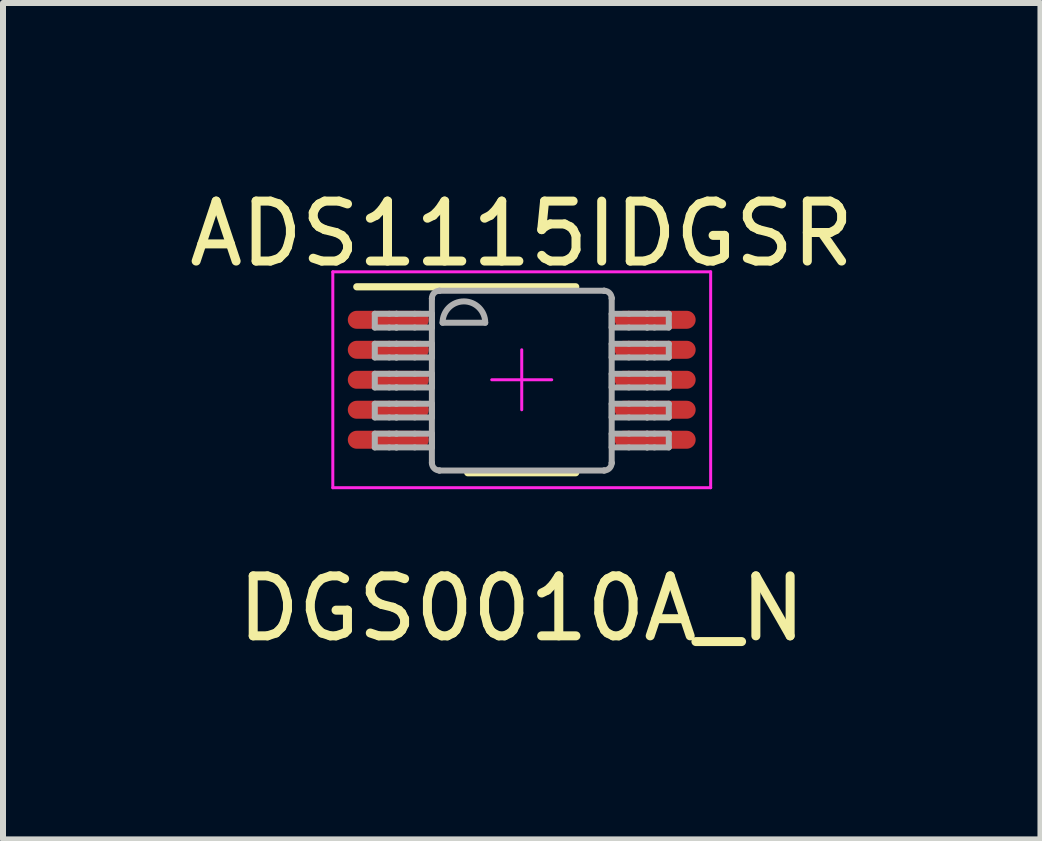
<source format=kicad_pcb>
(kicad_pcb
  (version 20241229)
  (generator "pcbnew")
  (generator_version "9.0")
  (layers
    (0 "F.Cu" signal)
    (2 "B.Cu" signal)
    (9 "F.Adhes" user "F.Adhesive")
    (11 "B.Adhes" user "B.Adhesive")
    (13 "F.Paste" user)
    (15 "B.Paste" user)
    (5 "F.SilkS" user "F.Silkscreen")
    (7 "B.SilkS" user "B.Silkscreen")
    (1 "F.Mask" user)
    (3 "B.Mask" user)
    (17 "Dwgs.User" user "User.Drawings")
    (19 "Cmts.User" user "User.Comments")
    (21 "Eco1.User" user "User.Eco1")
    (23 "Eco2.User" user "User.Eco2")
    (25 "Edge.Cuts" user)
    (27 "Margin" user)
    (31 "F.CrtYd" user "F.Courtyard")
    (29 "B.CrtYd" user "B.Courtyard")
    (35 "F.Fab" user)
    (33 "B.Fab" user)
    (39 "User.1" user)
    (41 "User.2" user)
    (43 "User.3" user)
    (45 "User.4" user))
  (footprint "ADS1115IDGSR"
    (layer "F.Cu")
    (at 5.649 3.282)
    (property "Reference" "ADS1115IDGSR" (at 0 -2.434 0) (layer "F.SilkS") (effects (font (size 1 1) (thickness 0.15))))
    (attr smd)
    (fp_line (start -2.75 -1.55) (end 0.9 -1.55) (stroke (width 0.12) (type solid)) (layer "F.SilkS"))
    (fp_line (start -0.9 1.55) (end 0.9 1.55) (stroke (width 0.12) (type solid)) (layer "F.SilkS"))
    (fp_line (start -3.15 -1.8) (end 3.15 -1.8) (stroke (width 0.05) (type solid)) (layer "F.CrtYd"))
    (fp_line (start -3.15 1.8) (end -3.15 -1.8) (stroke (width 0.05) (type solid)) (layer "F.CrtYd"))
    (fp_line (start -3.15 1.8) (end 3.15 1.8) (stroke (width 0.05) (type solid)) (layer "F.CrtYd"))
    (fp_line (start -0.5 0) (end 0.5 0) (stroke (width 0.05) (type solid)) (layer "F.CrtYd"))
    (fp_line (start -0.000003 0.5) (end -0.000003 -0.5) (stroke (width 0.05) (type solid)) (layer "F.CrtYd"))
    (fp_line (start 3.15 1.8) (end 3.15 -1.8) (stroke (width 0.05) (type solid)) (layer "F.CrtYd"))
    (fp_line (start -2.45 -1.1) (end -2.21 -1.1) (stroke (width 0.1) (type solid)) (layer "F.Fab"))
    (fp_line (start -2.45 -0.871) (end -2.45 -1.1) (stroke (width 0.1) (type solid)) (layer "F.Fab"))
    (fp_line (start -2.45 -0.871) (end -2.21 -0.871) (stroke (width 0.1) (type solid)) (layer "F.Fab"))
    (fp_line (start -2.45 -0.6) (end -2.21 -0.6) (stroke (width 0.1) (type solid)) (layer "F.Fab"))
    (fp_line (start -2.45 -0.372) (end -2.45 -0.6) (stroke (width 0.1) (type solid)) (layer "F.Fab"))
    (fp_line (start -2.45 -0.372) (end -2.21 -0.372) (stroke (width 0.1) (type solid)) (layer "F.Fab"))
    (fp_line (start -2.45 -0.1) (end -2.21 -0.1) (stroke (width 0.1) (type solid)) (layer "F.Fab"))
    (fp_line (start -2.45 0.128) (end -2.45 -0.1) (stroke (width 0.1) (type solid)) (layer "F.Fab"))
    (fp_line (start -2.45 0.128) (end -2.21 0.128) (stroke (width 0.1) (type solid)) (layer "F.Fab"))
    (fp_line (start -2.45 0.4) (end -2.21 0.4) (stroke (width 0.1) (type solid)) (layer "F.Fab"))
    (fp_line (start -2.45 0.628) (end -2.45 0.4) (stroke (width 0.1) (type solid)) (layer "F.Fab"))
    (fp_line (start -2.45 0.628) (end -2.21 0.628) (stroke (width 0.1) (type solid)) (layer "F.Fab"))
    (fp_line (start -2.45 0.899) (end -2.21 0.899) (stroke (width 0.1) (type solid)) (layer "F.Fab"))
    (fp_line (start -2.45 1.128) (end -2.45 0.899) (stroke (width 0.1) (type solid)) (layer "F.Fab"))
    (fp_line (start -2.45 1.128) (end -2.21 1.128) (stroke (width 0.1) (type solid)) (layer "F.Fab"))
    (fp_line (start -2.21 -1.1) (end -2.09 -1.1) (stroke (width 0.1) (type solid)) (layer "F.Fab"))
    (fp_line (start -2.21 -0.871) (end -2.09 -0.871) (stroke (width 0.1) (type solid)) (layer "F.Fab"))
    (fp_line (start -2.21 -0.6) (end -2.09 -0.6) (stroke (width 0.1) (type solid)) (layer "F.Fab"))
    (fp_line (start -2.21 -0.372) (end -2.09 -0.372) (stroke (width 0.1) (type solid)) (layer "F.Fab"))
    (fp_line (start -2.21 -0.1) (end -2.09 -0.1) (stroke (width 0.1) (type solid)) (layer "F.Fab"))
    (fp_line (start -2.21 0.128) (end -2.09 0.128) (stroke (width 0.1) (type solid)) (layer "F.Fab"))
    (fp_line (start -2.21 0.4) (end -2.09 0.4) (stroke (width 0.1) (type solid)) (layer "F.Fab"))
    (fp_line (start -2.21 0.628) (end -2.09 0.628) (stroke (width 0.1) (type solid)) (layer "F.Fab"))
    (fp_line (start -2.21 0.899) (end -2.09 0.899) (stroke (width 0.1) (type solid)) (layer "F.Fab"))
    (fp_line (start -2.21 1.128) (end -2.09 1.128) (stroke (width 0.1) (type solid)) (layer "F.Fab"))
    (fp_line (start -2.09 -1.1) (end -2.087 -1.1) (stroke (width 0.1) (type solid)) (layer "F.Fab"))
    (fp_line (start -2.09 -0.871) (end -2.087 -0.871) (stroke (width 0.1) (type solid)) (layer "F.Fab"))
    (fp_line (start -2.09 -0.6) (end -2.087 -0.6) (stroke (width 0.1) (type solid)) (layer "F.Fab"))
    (fp_line (start -2.09 -0.372) (end -2.087 -0.372) (stroke (width 0.1) (type solid)) (layer "F.Fab"))
    (fp_line (start -2.09 -0.1) (end -2.087 -0.1) (stroke (width 0.1) (type solid)) (layer "F.Fab"))
    (fp_line (start -2.09 0.128) (end -2.087 0.128) (stroke (width 0.1) (type solid)) (layer "F.Fab"))
    (fp_line (start -2.09 0.4) (end -2.087 0.4) (stroke (width 0.1) (type solid)) (layer "F.Fab"))
    (fp_line (start -2.09 0.628) (end -2.087 0.628) (stroke (width 0.1) (type solid)) (layer "F.Fab"))
    (fp_line (start -2.09 0.899) (end -2.087 0.899) (stroke (width 0.1) (type solid)) (layer "F.Fab"))
    (fp_line (start -2.09 1.128) (end -2.087 1.128) (stroke (width 0.1) (type solid)) (layer "F.Fab"))
    (fp_line (start -2.087 -1.1) (end -1.784 -1.1) (stroke (width 0.1) (type solid)) (layer "F.Fab"))
    (fp_line (start -2.087 -0.871) (end -1.784 -0.871) (stroke (width 0.1) (type solid)) (layer "F.Fab"))
    (fp_line (start -2.087 -0.6) (end -1.784 -0.6) (stroke (width 0.1) (type solid)) (layer "F.Fab"))
    (fp_line (start -2.087 -0.372) (end -1.784 -0.372) (stroke (width 0.1) (type solid)) (layer "F.Fab"))
    (fp_line (start -2.087 -0.1) (end -1.784 -0.1) (stroke (width 0.1) (type solid)) (layer "F.Fab"))
    (fp_line (start -2.087 0.128) (end -1.784 0.128) (stroke (width 0.1) (type solid)) (layer "F.Fab"))
    (fp_line (start -2.087 0.4) (end -1.784 0.4) (stroke (width 0.1) (type solid)) (layer "F.Fab"))
    (fp_line (start -2.087 0.628) (end -1.784 0.628) (stroke (width 0.1) (type solid)) (layer "F.Fab"))
    (fp_line (start -2.087 0.899) (end -1.784 0.899) (stroke (width 0.1) (type solid)) (layer "F.Fab"))
    (fp_line (start -2.087 1.128) (end -1.784 1.128) (stroke (width 0.1) (type solid)) (layer "F.Fab"))
    (fp_line (start -1.784 -1.1) (end -1.498 -1.1) (stroke (width 0.1) (type solid)) (layer "F.Fab"))
    (fp_line (start -1.784 -0.871) (end -1.498 -0.871) (stroke (width 0.1) (type solid)) (layer "F.Fab"))
    (fp_line (start -1.784 -0.6) (end -1.498 -0.6) (stroke (width 0.1) (type solid)) (layer "F.Fab"))
    (fp_line (start -1.784 -0.372) (end -1.498 -0.372) (stroke (width 0.1) (type solid)) (layer "F.Fab"))
    (fp_line (start -1.784 -0.1) (end -1.498 -0.1) (stroke (width 0.1) (type solid)) (layer "F.Fab"))
    (fp_line (start -1.784 0.128) (end -1.498 0.128) (stroke (width 0.1) (type solid)) (layer "F.Fab"))
    (fp_line (start -1.784 0.4) (end -1.498 0.4) (stroke (width 0.1) (type solid)) (layer "F.Fab"))
    (fp_line (start -1.784 0.628) (end -1.498 0.628) (stroke (width 0.1) (type solid)) (layer "F.Fab"))
    (fp_line (start -1.784 0.899) (end -1.498 0.899) (stroke (width 0.1) (type solid)) (layer "F.Fab"))
    (fp_line (start -1.784 1.128) (end -1.498 1.128) (stroke (width 0.1) (type solid)) (layer "F.Fab"))
    (fp_line (start -1.498 -1.358) (end -1.497 -1.36) (stroke (width 0.1) (type solid)) (layer "F.Fab"))
    (fp_line (start -1.498 -0.871) (end -1.498 -1.1) (stroke (width 0.1) (type solid)) (layer "F.Fab"))
    (fp_line (start -1.498 -0.372) (end -1.498 -0.6) (stroke (width 0.1) (type solid)) (layer "F.Fab"))
    (fp_line (start -1.498 0.128) (end -1.498 -0.1) (stroke (width 0.1) (type solid)) (layer "F.Fab"))
    (fp_line (start -1.498 0.628) (end -1.498 0.4) (stroke (width 0.1) (type solid)) (layer "F.Fab"))
    (fp_line (start -1.498 1.128) (end -1.498 0.899) (stroke (width 0.1) (type solid)) (layer "F.Fab"))
    (fp_line (start -1.498 1.386) (end -1.498 -1.358) (stroke (width 0.1) (type solid)) (layer "F.Fab"))
    (fp_line (start -1.498 1.386) (end -1.497 1.388) (stroke (width 0.1) (type solid)) (layer "F.Fab"))
    (fp_line (start -1.373 -1.485) (end -1.371 -1.485) (stroke (width 0.1) (type solid)) (layer "F.Fab"))
    (fp_line (start -1.373 1.513) (end -1.371 1.513) (stroke (width 0.1) (type solid)) (layer "F.Fab"))
    (fp_line (start -1.371 -1.485) (end 1.373 -1.485) (stroke (width 0.1) (type solid)) (layer "F.Fab"))
    (fp_line (start -1.371 1.513) (end 1.373 1.513) (stroke (width 0.1) (type solid)) (layer "F.Fab"))
    (fp_line (start -1.32 -0.951) (end -0.609 -0.951) (stroke (width 0.1) (type solid)) (layer "F.Fab"))
    (fp_line (start 1.373 -1.485) (end 1.375 -1.485) (stroke (width 0.1) (type solid)) (layer "F.Fab"))
    (fp_line (start 1.373 1.513) (end 1.375 1.513) (stroke (width 0.1) (type solid)) (layer "F.Fab"))
    (fp_line (start 1.5 -1.36) (end 1.5 -1.358) (stroke (width 0.1) (type solid)) (layer "F.Fab"))
    (fp_line (start 1.5 1.388) (end 1.5 1.386) (stroke (width 0.1) (type solid)) (layer "F.Fab"))
    (fp_line (start 1.5 -1.1) (end 1.786 -1.1) (stroke (width 0.1) (type solid)) (layer "F.Fab"))
    (fp_line (start 1.5 -0.871) (end 1.5 -1.1) (stroke (width 0.1) (type solid)) (layer "F.Fab"))
    (fp_line (start 1.5 -0.871) (end 1.786 -0.871) (stroke (width 0.1) (type solid)) (layer "F.Fab"))
    (fp_line (start 1.5 -0.6) (end 1.786 -0.6) (stroke (width 0.1) (type solid)) (layer "F.Fab"))
    (fp_line (start 1.5 -0.372) (end 1.5 -0.6) (stroke (width 0.1) (type solid)) (layer "F.Fab"))
    (fp_line (start 1.5 -0.372) (end 1.786 -0.372) (stroke (width 0.1) (type solid)) (layer "F.Fab"))
    (fp_line (start 1.5 -0.1) (end 1.786 -0.1) (stroke (width 0.1) (type solid)) (layer "F.Fab"))
    (fp_line (start 1.5 0.128) (end 1.5 -0.1) (stroke (width 0.1) (type solid)) (layer "F.Fab"))
    (fp_line (start 1.5 0.128) (end 1.786 0.128) (stroke (width 0.1) (type solid)) (layer "F.Fab"))
    (fp_line (start 1.5 0.4) (end 1.786 0.4) (stroke (width 0.1) (type solid)) (layer "F.Fab"))
    (fp_line (start 1.5 0.628) (end 1.5 0.4) (stroke (width 0.1) (type solid)) (layer "F.Fab"))
    (fp_line (start 1.5 0.628) (end 1.786 0.628) (stroke (width 0.1) (type solid)) (layer "F.Fab"))
    (fp_line (start 1.5 0.899) (end 1.786 0.899) (stroke (width 0.1) (type solid)) (layer "F.Fab"))
    (fp_line (start 1.5 1.128) (end 1.5 0.899) (stroke (width 0.1) (type solid)) (layer "F.Fab"))
    (fp_line (start 1.5 1.128) (end 1.786 1.128) (stroke (width 0.1) (type solid)) (layer "F.Fab"))
    (fp_line (start 1.5 1.386) (end 1.5 -1.358) (stroke (width 0.1) (type solid)) (layer "F.Fab"))
    (fp_line (start 1.786 -1.1) (end 2.089 -1.1) (stroke (width 0.1) (type solid)) (layer "F.Fab"))
    (fp_line (start 1.786 -0.871) (end 2.089 -0.871) (stroke (width 0.1) (type solid)) (layer "F.Fab"))
    (fp_line (start 1.786 -0.6) (end 2.089 -0.6) (stroke (width 0.1) (type solid)) (layer "F.Fab"))
    (fp_line (start 1.786 -0.372) (end 2.089 -0.372) (stroke (width 0.1) (type solid)) (layer "F.Fab"))
    (fp_line (start 1.786 -0.1) (end 2.089 -0.1) (stroke (width 0.1) (type solid)) (layer "F.Fab"))
    (fp_line (start 1.786 0.128) (end 2.089 0.128) (stroke (width 0.1) (type solid)) (layer "F.Fab"))
    (fp_line (start 1.786 0.4) (end 2.089 0.4) (stroke (width 0.1) (type solid)) (layer "F.Fab"))
    (fp_line (start 1.786 0.628) (end 2.089 0.628) (stroke (width 0.1) (type solid)) (layer "F.Fab"))
    (fp_line (start 1.786 0.899) (end 2.089 0.899) (stroke (width 0.1) (type solid)) (layer "F.Fab"))
    (fp_line (start 1.786 1.128) (end 2.089 1.128) (stroke (width 0.1) (type solid)) (layer "F.Fab"))
    (fp_line (start 2.089 -1.1) (end 2.093 -1.1) (stroke (width 0.1) (type solid)) (layer "F.Fab"))
    (fp_line (start 2.089 -0.871) (end 2.093 -0.871) (stroke (width 0.1) (type solid)) (layer "F.Fab"))
    (fp_line (start 2.089 -0.6) (end 2.093 -0.6) (stroke (width 0.1) (type solid)) (layer "F.Fab"))
    (fp_line (start 2.089 -0.372) (end 2.093 -0.372) (stroke (width 0.1) (type solid)) (layer "F.Fab"))
    (fp_line (start 2.089 -0.1) (end 2.093 -0.1) (stroke (width 0.1) (type solid)) (layer "F.Fab"))
    (fp_line (start 2.089 0.128) (end 2.093 0.128) (stroke (width 0.1) (type solid)) (layer "F.Fab"))
    (fp_line (start 2.089 0.4) (end 2.093 0.4) (stroke (width 0.1) (type solid)) (layer "F.Fab"))
    (fp_line (start 2.089 0.628) (end 2.093 0.628) (stroke (width 0.1) (type solid)) (layer "F.Fab"))
    (fp_line (start 2.089 0.899) (end 2.093 0.899) (stroke (width 0.1) (type solid)) (layer "F.Fab"))
    (fp_line (start 2.089 1.128) (end 2.093 1.128) (stroke (width 0.1) (type solid)) (layer "F.Fab"))
    (fp_line (start 2.093 -1.1) (end 2.213 -1.1) (stroke (width 0.1) (type solid)) (layer "F.Fab"))
    (fp_line (start 2.093 -0.871) (end 2.213 -0.871) (stroke (width 0.1) (type solid)) (layer "F.Fab"))
    (fp_line (start 2.093 -0.6) (end 2.213 -0.6) (stroke (width 0.1) (type solid)) (layer "F.Fab"))
    (fp_line (start 2.093 -0.372) (end 2.213 -0.372) (stroke (width 0.1) (type solid)) (layer "F.Fab"))
    (fp_line (start 2.093 -0.1) (end 2.213 -0.1) (stroke (width 0.1) (type solid)) (layer "F.Fab"))
    (fp_line (start 2.093 0.128) (end 2.213 0.128) (stroke (width 0.1) (type solid)) (layer "F.Fab"))
    (fp_line (start 2.093 0.4) (end 2.213 0.4) (stroke (width 0.1) (type solid)) (layer "F.Fab"))
    (fp_line (start 2.093 0.628) (end 2.213 0.628) (stroke (width 0.1) (type solid)) (layer "F.Fab"))
    (fp_line (start 2.093 0.899) (end 2.213 0.899) (stroke (width 0.1) (type solid)) (layer "F.Fab"))
    (fp_line (start 2.093 1.128) (end 2.213 1.128) (stroke (width 0.1) (type solid)) (layer "F.Fab"))
    (fp_line (start 2.213 -1.1) (end 2.452 -1.1) (stroke (width 0.1) (type solid)) (layer "F.Fab"))
    (fp_line (start 2.213 -0.871) (end 2.452 -0.871) (stroke (width 0.1) (type solid)) (layer "F.Fab"))
    (fp_line (start 2.213 -0.6) (end 2.452 -0.6) (stroke (width 0.1) (type solid)) (layer "F.Fab"))
    (fp_line (start 2.213 -0.372) (end 2.452 -0.372) (stroke (width 0.1) (type solid)) (layer "F.Fab"))
    (fp_line (start 2.213 -0.1) (end 2.452 -0.1) (stroke (width 0.1) (type solid)) (layer "F.Fab"))
    (fp_line (start 2.213 0.128) (end 2.452 0.128) (stroke (width 0.1) (type solid)) (layer "F.Fab"))
    (fp_line (start 2.213 0.4) (end 2.452 0.4) (stroke (width 0.1) (type solid)) (layer "F.Fab"))
    (fp_line (start 2.213 0.628) (end 2.452 0.628) (stroke (width 0.1) (type solid)) (layer "F.Fab"))
    (fp_line (start 2.213 0.899) (end 2.452 0.899) (stroke (width 0.1) (type solid)) (layer "F.Fab"))
    (fp_line (start 2.213 1.128) (end 2.452 1.128) (stroke (width 0.1) (type solid)) (layer "F.Fab"))
    (fp_line (start 2.452 -0.871) (end 2.452 -1.1) (stroke (width 0.1) (type solid)) (layer "F.Fab"))
    (fp_line (start 2.452 -0.372) (end 2.452 -0.6) (stroke (width 0.1) (type solid)) (layer "F.Fab"))
    (fp_line (start 2.452 0.128) (end 2.452 -0.1) (stroke (width 0.1) (type solid)) (layer "F.Fab"))
    (fp_line (start 2.452 0.628) (end 2.452 0.4) (stroke (width 0.1) (type solid)) (layer "F.Fab"))
    (fp_line (start 2.452 1.128) (end 2.452 0.899) (stroke (width 0.1) (type solid)) (layer "F.Fab"))
    (fp_arc (start -1.497452 -1.360299) (mid -1.460294 -1.447357) (end -1.373243 -1.484532) (stroke (width 0.1) (type solid)) (layer "F.Fab"))
    (fp_arc (start -1.373244 1.512618) (mid -1.460293 1.475443) (end -1.49745 1.388386) (stroke (width 0.1) (type solid)) (layer "F.Fab"))
    (fp_arc (start -1.3197 -0.951156) (mid -0.9641 -1.306756) (end -0.6085 -0.951156) (stroke (width 0.1) (type solid)) (layer "F.Fab"))
    (fp_arc (start 1.375443 -1.484532) (mid 1.462505 -1.447362) (end 1.499675 -1.360299) (stroke (width 0.1) (type solid)) (layer "F.Fab"))
    (fp_arc (start 1.499675 1.388386) (mid 1.462505 1.475449) (end 1.375443 1.512619) (stroke (width 0.1) (type solid)) (layer "F.Fab"))
    (fp_text user "DGS0010A_N" (at -0.001 3.815 0) (layer "F.SilkS") (effects (font (size 1 1) (thickness 0.15))))
    (pad "1" smd oval (at -2.225 -1 90) (size 0.3 1.35) (layers "F.Cu" "F.Mask" "F.Paste"))
    (pad "2" smd oval (at -2.225 -0.5 90) (size 0.3 1.35) (layers "F.Cu" "F.Mask" "F.Paste"))
    (pad "3" smd oval (at -2.225 0 90) (size 0.3 1.35) (layers "F.Cu" "F.Mask" "F.Paste"))
    (pad "4" smd oval (at -2.225 0.5 90) (size 0.3 1.35) (layers "F.Cu" "F.Mask" "F.Paste"))
    (pad "5" smd oval (at -2.225 1 90) (size 0.3 1.35) (layers "F.Cu" "F.Mask" "F.Paste"))
    (pad "6" smd oval (at 2.225 1 90) (size 0.3 1.35) (layers "F.Cu" "F.Mask" "F.Paste"))
    (pad "7" smd oval (at 2.225 0.5 90) (size 0.3 1.35) (layers "F.Cu" "F.Mask" "F.Paste"))
    (pad "8" smd oval (at 2.225 0 90) (size 0.3 1.35) (layers "F.Cu" "F.Mask" "F.Paste"))
    (pad "9" smd oval (at 2.225 -0.5 90) (size 0.3 1.35) (layers "F.Cu" "F.Mask" "F.Paste"))
    (pad "10" smd oval (at 2.225 -1 90) (size 0.3 1.35) (layers "F.Cu" "F.Mask" "F.Paste")))
  (gr_rect
    (start -3 -3)
    (end 14.298 10.946)
    (stroke (width 0.1) (type default))
    (fill no)
    (layer "Edge.Cuts")))
</source>
